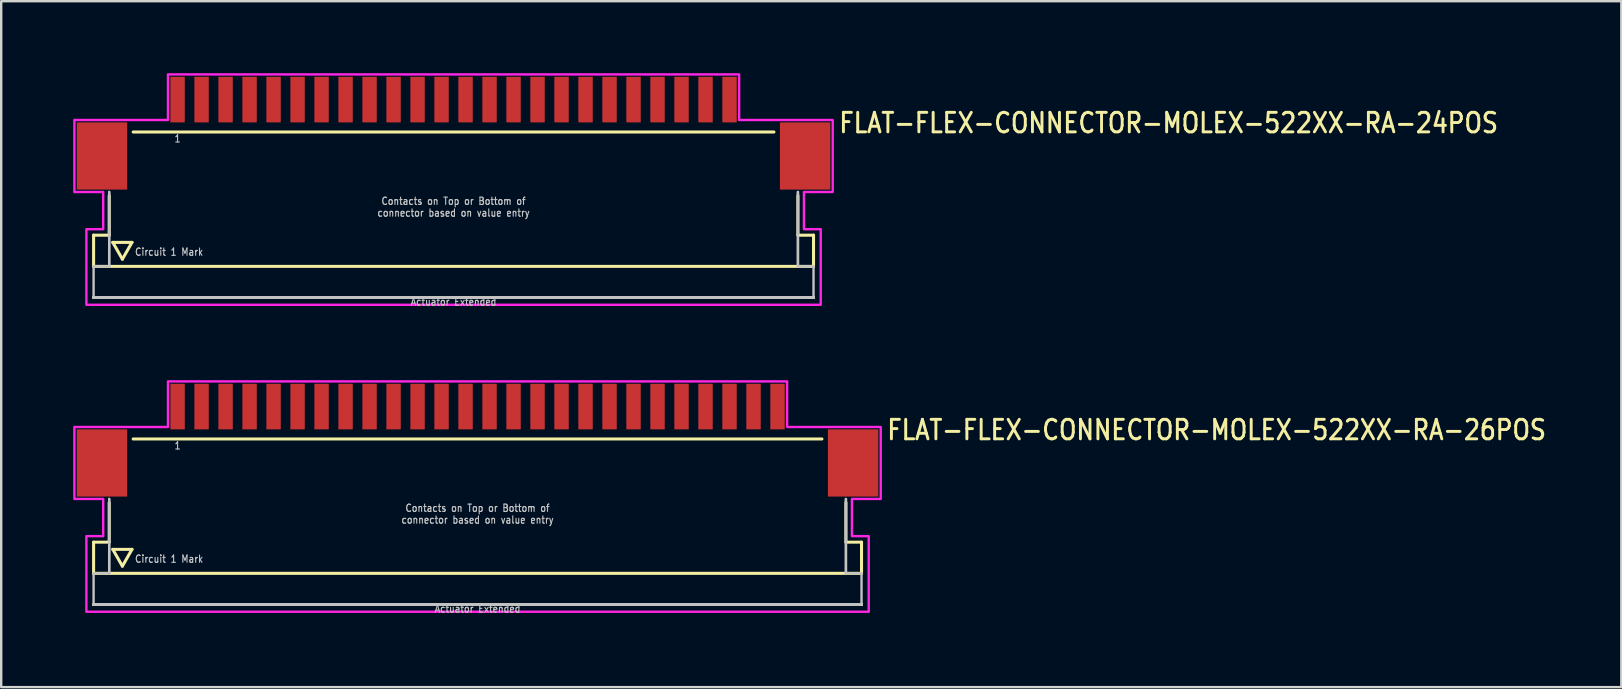
<source format=kicad_pcb>
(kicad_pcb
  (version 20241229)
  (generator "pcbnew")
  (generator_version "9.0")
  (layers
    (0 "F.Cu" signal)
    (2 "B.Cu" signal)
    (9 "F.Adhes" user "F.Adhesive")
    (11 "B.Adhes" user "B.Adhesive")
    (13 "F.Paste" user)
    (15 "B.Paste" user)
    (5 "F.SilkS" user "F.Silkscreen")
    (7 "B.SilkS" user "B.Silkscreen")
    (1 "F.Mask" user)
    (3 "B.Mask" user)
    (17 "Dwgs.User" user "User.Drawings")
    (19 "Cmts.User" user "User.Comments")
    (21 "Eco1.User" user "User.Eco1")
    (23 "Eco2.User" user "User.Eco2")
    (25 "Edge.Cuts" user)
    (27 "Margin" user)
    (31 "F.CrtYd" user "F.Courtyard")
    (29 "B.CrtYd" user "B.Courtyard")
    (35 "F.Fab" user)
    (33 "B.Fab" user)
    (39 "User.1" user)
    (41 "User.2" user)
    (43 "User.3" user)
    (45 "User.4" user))
  (footprint "FLAT-FLEX-CONNECTOR-MOLEX-522XX-RA-26POS"
    (layer "F.Cu")
    (at 16.85 14.842)
    (property "Reference" "FLAT-FLEX-CONNECTOR-MOLEX-522XX-RA-26POS" (at 17 0.5 0) (unlocked yes) (layer "F.SilkS") (effects (font (size 0.813 0.695) (thickness 0.122)) (justify left bottom)))
    (fp_line (start -16 4.7) (end -16 6) (stroke (width 0.127) (type solid)) (layer "F.SilkS"))
    (fp_line (start -16 6) (end 16 6) (stroke (width 0.127) (type solid)) (layer "F.SilkS"))
    (fp_line (start -15.35 3.05) (end -15.35 4.7) (stroke (width 0.127) (type solid)) (layer "F.SilkS"))
    (fp_line (start -15.35 4.7) (end -16 4.7) (stroke (width 0.127) (type solid)) (layer "F.SilkS"))
    (fp_line (start -15.2 5) (end -14.4 5) (stroke (width 0.127) (type solid)) (layer "F.SilkS"))
    (fp_line (start -14.8 5.7) (end -15.2 5) (stroke (width 0.127) (type solid)) (layer "F.SilkS"))
    (fp_line (start -14.4 5) (end -14.8 5.7) (stroke (width 0.127) (type solid)) (layer "F.SilkS"))
    (fp_line (start -14.35 0.4) (end 14.35 0.4) (stroke (width 0.127) (type solid)) (layer "F.SilkS"))
    (fp_line (start 15.35 3.05) (end 15.35 4.7) (stroke (width 0.127) (type solid)) (layer "F.SilkS"))
    (fp_line (start 16 4.7) (end 15.35 4.7) (stroke (width 0.127) (type solid)) (layer "F.SilkS"))
    (fp_line (start 16 6) (end 16 4.7) (stroke (width 0.127) (type solid)) (layer "F.SilkS"))
    (fp_line (start -16 6) (end -16 7.3) (stroke (width 0.1) (type solid)) (layer "Dwgs.User"))
    (fp_line (start -16 7.3) (end 16 7.3) (stroke (width 0.1) (type solid)) (layer "Dwgs.User"))
    (fp_line (start -16 7.3) (end 16 7.3) (stroke (width 0.1) (type solid)) (layer "Dwgs.User"))
    (fp_line (start -16 7.3) (end 16 7.3) (stroke (width 0.1) (type solid)) (layer "Dwgs.User"))
    (fp_line (start -16 7.3) (end 16 7.3) (stroke (width 0.1) (type solid)) (layer "Dwgs.User"))
    (fp_line (start -16 7.3) (end 16 7.3) (stroke (width 0.1) (type solid)) (layer "Dwgs.User"))
    (fp_line (start -16 7.3) (end 16 7.3) (stroke (width 0.1) (type solid)) (layer "Dwgs.User"))
    (fp_line (start -16 7.3) (end 16 7.3) (stroke (width 0.1) (type solid)) (layer "Dwgs.User"))
    (fp_line (start -16 7.3) (end 16 7.3) (stroke (width 0.1) (type solid)) (layer "Dwgs.User"))
    (fp_line (start -16 7.3) (end 16 7.3) (stroke (width 0.1) (type solid)) (layer "Dwgs.User"))
    (fp_line (start -16 7.3) (end 16 7.3) (stroke (width 0.1) (type solid)) (layer "Dwgs.User"))
    (fp_line (start -16 7.3) (end 16 7.3) (stroke (width 0.1) (type solid)) (layer "Dwgs.User"))
    (fp_line (start -16 7.3) (end 16 7.3) (stroke (width 0.1) (type solid)) (layer "Dwgs.User"))
    (fp_line (start -16 7.3) (end 16 7.3) (stroke (width 0.1) (type solid)) (layer "Dwgs.User"))
    (fp_line (start -16 7.3) (end 16 7.3) (stroke (width 0.1) (type solid)) (layer "Dwgs.User"))
    (fp_line (start -16 7.3) (end 16 7.3) (stroke (width 0.1) (type solid)) (layer "Dwgs.User"))
    (fp_line (start -16 7.3) (end 16 7.3) (stroke (width 0.1) (type solid)) (layer "Dwgs.User"))
    (fp_line (start -15.35 2.9) (end -15.35 6) (stroke (width 0.1) (type solid)) (layer "Dwgs.User"))
    (fp_line (start -15.35 2.9) (end -15.35 6) (stroke (width 0.1) (type solid)) (layer "Dwgs.User"))
    (fp_line (start -15.35 6) (end -16 6) (stroke (width 0.1) (type solid)) (layer "Dwgs.User"))
    (fp_line (start 15.35 2.9) (end 15.35 6) (stroke (width 0.1) (type solid)) (layer "Dwgs.User"))
    (fp_line (start 15.35 2.9) (end 15.35 6) (stroke (width 0.1) (type solid)) (layer "Dwgs.User"))
    (fp_line (start 16 6) (end 15.35 6) (stroke (width 0.1) (type solid)) (layer "Dwgs.User"))
    (fp_line (start 16 7.3) (end 16 6) (stroke (width 0.1) (type solid)) (layer "Dwgs.User"))
    (fp_poly (pts (xy -16.8 2.9) (xy -16.8 -0.1) (xy -12.9 -0.1) (xy -12.9 -2) (xy 12.9 -2) (xy 12.9 -0.1) (xy 16.8 -0.1) (xy 16.8 2.9) (xy 15.6 2.9) (xy 15.6 4.45) (xy 16.3 4.45) (xy 16.3 7.6) (xy -16.3 7.6) (xy -16.3 4.45) (xy -15.6 4.45) (xy -15.6 2.9)) (stroke (width 0.1) (type solid)) (fill no) (layer "F.CrtYd"))
    (fp_text user "1" (at -12.5 0.5 0) (unlocked yes) (layer "Dwgs.User") (effects (font (size 0.305 0.261) (thickness 0.046)) (justify top)))
    (fp_text user "Circuit 1 Mark" (at -14.3 5.4 0) (unlocked yes) (layer "Dwgs.User") (effects (font (size 0.305 0.261) (thickness 0.046)) (justify left)))
    (fp_text user "Actuator Extended" (at 0 7.3 0) (unlocked yes) (layer "Dwgs.User") (effects (font (size 0.305 0.261) (thickness 0.046)) (justify top)))
    (fp_text user "Contacts on Top or Bottom of\nconnector based on value entry" (at 0 3.95 0) (unlocked yes) (layer "Dwgs.User") (effects (font (size 0.305 0.261) (thickness 0.046)) (justify bottom)))
    (pad "1" smd rect (at -12.5 -0.95) (size 0.6 1.9) (layers "F.Cu" "F.Mask" "F.Paste"))
    (pad "2" smd rect (at -11.5 -0.95) (size 0.6 1.9) (layers "F.Cu" "F.Mask" "F.Paste"))
    (pad "3" smd rect (at -10.5 -0.95) (size 0.6 1.9) (layers "F.Cu" "F.Mask" "F.Paste"))
    (pad "4" smd rect (at -9.5 -0.95) (size 0.6 1.9) (layers "F.Cu" "F.Mask" "F.Paste"))
    (pad "5" smd rect (at -8.5 -0.95) (size 0.6 1.9) (layers "F.Cu" "F.Mask" "F.Paste"))
    (pad "6" smd rect (at -7.5 -0.95) (size 0.6 1.9) (layers "F.Cu" "F.Mask" "F.Paste"))
    (pad "7" smd rect (at -6.5 -0.95) (size 0.6 1.9) (layers "F.Cu" "F.Mask" "F.Paste"))
    (pad "8" smd rect (at -5.5 -0.95) (size 0.6 1.9) (layers "F.Cu" "F.Mask" "F.Paste"))
    (pad "9" smd rect (at -4.5 -0.95) (size 0.6 1.9) (layers "F.Cu" "F.Mask" "F.Paste"))
    (pad "10" smd rect (at -3.5 -0.95) (size 0.6 1.9) (layers "F.Cu" "F.Mask" "F.Paste"))
    (pad "11" smd rect (at -2.5 -0.95) (size 0.6 1.9) (layers "F.Cu" "F.Mask" "F.Paste"))
    (pad "12" smd rect (at -1.5 -0.95) (size 0.6 1.9) (layers "F.Cu" "F.Mask" "F.Paste"))
    (pad "13" smd rect (at -0.5 -0.95) (size 0.6 1.9) (layers "F.Cu" "F.Mask" "F.Paste"))
    (pad "14" smd rect (at 0.5 -0.95) (size 0.6 1.9) (layers "F.Cu" "F.Mask" "F.Paste"))
    (pad "15" smd rect (at 1.5 -0.95) (size 0.6 1.9) (layers "F.Cu" "F.Mask" "F.Paste"))
    (pad "16" smd rect (at 2.5 -0.95) (size 0.6 1.9) (layers "F.Cu" "F.Mask" "F.Paste"))
    (pad "17" smd rect (at 3.5 -0.95) (size 0.6 1.9) (layers "F.Cu" "F.Mask" "F.Paste"))
    (pad "18" smd rect (at 4.5 -0.95) (size 0.6 1.9) (layers "F.Cu" "F.Mask" "F.Paste"))
    (pad "19" smd rect (at 5.5 -0.95) (size 0.6 1.9) (layers "F.Cu" "F.Mask" "F.Paste"))
    (pad "20" smd rect (at 6.5 -0.95) (size 0.6 1.9) (layers "F.Cu" "F.Mask" "F.Paste"))
    (pad "21" smd rect (at 7.5 -0.95) (size 0.6 1.9) (layers "F.Cu" "F.Mask" "F.Paste"))
    (pad "22" smd rect (at 8.5 -0.95) (size 0.6 1.9) (layers "F.Cu" "F.Mask" "F.Paste"))
    (pad "23" smd rect (at 9.5 -0.95) (size 0.6 1.9) (layers "F.Cu" "F.Mask" "F.Paste"))
    (pad "24" smd rect (at 10.5 -0.95) (size 0.6 1.9) (layers "F.Cu" "F.Mask" "F.Paste"))
    (pad "25" smd rect (at 11.5 -0.95) (size 0.6 1.9) (layers "F.Cu" "F.Mask" "F.Paste"))
    (pad "26" smd rect (at 12.5 -0.95) (size 0.6 1.9) (layers "F.Cu" "F.Mask" "F.Paste"))
    (pad "M1" smd rect (at -15.65 1.4) (size 2.1 2.8) (layers "F.Cu" "F.Mask" "F.Paste"))
    (pad "M2" smd rect (at 15.65 1.4) (size 2.1 2.8) (layers "F.Cu" "F.Mask" "F.Paste")))
  (footprint "FLAT-FLEX-CONNECTOR-MOLEX-522XX-RA-24POS"
    (layer "F.Cu")
    (at 15.85 2.05)
    (property "Reference" "FLAT-FLEX-CONNECTOR-MOLEX-522XX-RA-24POS" (at 16 0.5 0) (unlocked yes) (layer "F.SilkS") (effects (font (size 0.813 0.695) (thickness 0.122)) (justify left bottom)))
    (fp_line (start -15 4.7) (end -15 6) (stroke (width 0.127) (type solid)) (layer "F.SilkS"))
    (fp_line (start -15 6) (end 15 6) (stroke (width 0.127) (type solid)) (layer "F.SilkS"))
    (fp_line (start -14.35 3.05) (end -14.35 4.7) (stroke (width 0.127) (type solid)) (layer "F.SilkS"))
    (fp_line (start -14.35 4.7) (end -15 4.7) (stroke (width 0.127) (type solid)) (layer "F.SilkS"))
    (fp_line (start -14.2 5) (end -13.4 5) (stroke (width 0.127) (type solid)) (layer "F.SilkS"))
    (fp_line (start -13.8 5.7) (end -14.2 5) (stroke (width 0.127) (type solid)) (layer "F.SilkS"))
    (fp_line (start -13.4 5) (end -13.8 5.7) (stroke (width 0.127) (type solid)) (layer "F.SilkS"))
    (fp_line (start -13.35 0.4) (end 13.35 0.4) (stroke (width 0.127) (type solid)) (layer "F.SilkS"))
    (fp_line (start 14.35 3.05) (end 14.35 4.7) (stroke (width 0.127) (type solid)) (layer "F.SilkS"))
    (fp_line (start 15 4.7) (end 14.35 4.7) (stroke (width 0.127) (type solid)) (layer "F.SilkS"))
    (fp_line (start 15 6) (end 15 4.7) (stroke (width 0.127) (type solid)) (layer "F.SilkS"))
    (fp_line (start -15 6) (end -15 7.3) (stroke (width 0.1) (type solid)) (layer "Dwgs.User"))
    (fp_line (start -15 7.3) (end 15 7.3) (stroke (width 0.1) (type solid)) (layer "Dwgs.User"))
    (fp_line (start -15 7.3) (end 15 7.3) (stroke (width 0.1) (type solid)) (layer "Dwgs.User"))
    (fp_line (start -15 7.3) (end 15 7.3) (stroke (width 0.1) (type solid)) (layer "Dwgs.User"))
    (fp_line (start -15 7.3) (end 15 7.3) (stroke (width 0.1) (type solid)) (layer "Dwgs.User"))
    (fp_line (start -15 7.3) (end 15 7.3) (stroke (width 0.1) (type solid)) (layer "Dwgs.User"))
    (fp_line (start -15 7.3) (end 15 7.3) (stroke (width 0.1) (type solid)) (layer "Dwgs.User"))
    (fp_line (start -15 7.3) (end 15 7.3) (stroke (width 0.1) (type solid)) (layer "Dwgs.User"))
    (fp_line (start -15 7.3) (end 15 7.3) (stroke (width 0.1) (type solid)) (layer "Dwgs.User"))
    (fp_line (start -15 7.3) (end 15 7.3) (stroke (width 0.1) (type solid)) (layer "Dwgs.User"))
    (fp_line (start -15 7.3) (end 15 7.3) (stroke (width 0.1) (type solid)) (layer "Dwgs.User"))
    (fp_line (start -15 7.3) (end 15 7.3) (stroke (width 0.1) (type solid)) (layer "Dwgs.User"))
    (fp_line (start -15 7.3) (end 15 7.3) (stroke (width 0.1) (type solid)) (layer "Dwgs.User"))
    (fp_line (start -15 7.3) (end 15 7.3) (stroke (width 0.1) (type solid)) (layer "Dwgs.User"))
    (fp_line (start -15 7.3) (end 15 7.3) (stroke (width 0.1) (type solid)) (layer "Dwgs.User"))
    (fp_line (start -15 7.3) (end 15 7.3) (stroke (width 0.1) (type solid)) (layer "Dwgs.User"))
    (fp_line (start -14.35 2.9) (end -14.35 6) (stroke (width 0.1) (type solid)) (layer "Dwgs.User"))
    (fp_line (start -14.35 2.9) (end -14.35 6) (stroke (width 0.1) (type solid)) (layer "Dwgs.User"))
    (fp_line (start -14.35 6) (end -15 6) (stroke (width 0.1) (type solid)) (layer "Dwgs.User"))
    (fp_line (start 14.35 2.9) (end 14.35 6) (stroke (width 0.1) (type solid)) (layer "Dwgs.User"))
    (fp_line (start 14.35 2.9) (end 14.35 6) (stroke (width 0.1) (type solid)) (layer "Dwgs.User"))
    (fp_line (start 15 6) (end 14.35 6) (stroke (width 0.1) (type solid)) (layer "Dwgs.User"))
    (fp_line (start 15 7.3) (end 15 6) (stroke (width 0.1) (type solid)) (layer "Dwgs.User"))
    (fp_poly (pts (xy -15.8 2.9) (xy -15.8 -0.1) (xy -11.9 -0.1) (xy -11.9 -2) (xy 11.9 -2) (xy 11.9 -0.1) (xy 15.8 -0.1) (xy 15.8 2.9) (xy 14.6 2.9) (xy 14.6 4.45) (xy 15.3 4.45) (xy 15.3 7.6) (xy -15.3 7.6) (xy -15.3 4.45) (xy -14.6 4.45) (xy -14.6 2.9)) (stroke (width 0.1) (type solid)) (fill no) (layer "F.CrtYd"))
    (fp_text user "Actuator Extended" (at 0 7.3 0) (unlocked yes) (layer "Dwgs.User") (effects (font (size 0.305 0.261) (thickness 0.046)) (justify top)))
    (fp_text user "1" (at -11.5 0.5 0) (unlocked yes) (layer "Dwgs.User") (effects (font (size 0.305 0.261) (thickness 0.046)) (justify top)))
    (fp_text user "Circuit 1 Mark" (at -13.3 5.4 0) (unlocked yes) (layer "Dwgs.User") (effects (font (size 0.305 0.261) (thickness 0.046)) (justify left)))
    (fp_text user "Contacts on Top or Bottom of\nconnector based on value entry" (at 0 3.95 0) (unlocked yes) (layer "Dwgs.User") (effects (font (size 0.305 0.261) (thickness 0.046)) (justify bottom)))
    (pad "1" smd rect (at -11.5 -0.95) (size 0.6 1.9) (layers "F.Cu" "F.Mask" "F.Paste"))
    (pad "2" smd rect (at -10.5 -0.95) (size 0.6 1.9) (layers "F.Cu" "F.Mask" "F.Paste"))
    (pad "3" smd rect (at -9.5 -0.95) (size 0.6 1.9) (layers "F.Cu" "F.Mask" "F.Paste"))
    (pad "4" smd rect (at -8.5 -0.95) (size 0.6 1.9) (layers "F.Cu" "F.Mask" "F.Paste"))
    (pad "5" smd rect (at -7.5 -0.95) (size 0.6 1.9) (layers "F.Cu" "F.Mask" "F.Paste"))
    (pad "6" smd rect (at -6.5 -0.95) (size 0.6 1.9) (layers "F.Cu" "F.Mask" "F.Paste"))
    (pad "7" smd rect (at -5.5 -0.95) (size 0.6 1.9) (layers "F.Cu" "F.Mask" "F.Paste"))
    (pad "8" smd rect (at -4.5 -0.95) (size 0.6 1.9) (layers "F.Cu" "F.Mask" "F.Paste"))
    (pad "9" smd rect (at -3.5 -0.95) (size 0.6 1.9) (layers "F.Cu" "F.Mask" "F.Paste"))
    (pad "10" smd rect (at -2.5 -0.95) (size 0.6 1.9) (layers "F.Cu" "F.Mask" "F.Paste"))
    (pad "11" smd rect (at -1.5 -0.95) (size 0.6 1.9) (layers "F.Cu" "F.Mask" "F.Paste"))
    (pad "12" smd rect (at -0.5 -0.95) (size 0.6 1.9) (layers "F.Cu" "F.Mask" "F.Paste"))
    (pad "13" smd rect (at 0.5 -0.95) (size 0.6 1.9) (layers "F.Cu" "F.Mask" "F.Paste"))
    (pad "14" smd rect (at 1.5 -0.95) (size 0.6 1.9) (layers "F.Cu" "F.Mask" "F.Paste"))
    (pad "15" smd rect (at 2.5 -0.95) (size 0.6 1.9) (layers "F.Cu" "F.Mask" "F.Paste"))
    (pad "16" smd rect (at 3.5 -0.95) (size 0.6 1.9) (layers "F.Cu" "F.Mask" "F.Paste"))
    (pad "17" smd rect (at 4.5 -0.95) (size 0.6 1.9) (layers "F.Cu" "F.Mask" "F.Paste"))
    (pad "18" smd rect (at 5.5 -0.95) (size 0.6 1.9) (layers "F.Cu" "F.Mask" "F.Paste"))
    (pad "19" smd rect (at 6.5 -0.95) (size 0.6 1.9) (layers "F.Cu" "F.Mask" "F.Paste"))
    (pad "20" smd rect (at 7.5 -0.95) (size 0.6 1.9) (layers "F.Cu" "F.Mask" "F.Paste"))
    (pad "21" smd rect (at 8.5 -0.95) (size 0.6 1.9) (layers "F.Cu" "F.Mask" "F.Paste"))
    (pad "22" smd rect (at 9.5 -0.95) (size 0.6 1.9) (layers "F.Cu" "F.Mask" "F.Paste"))
    (pad "23" smd rect (at 10.5 -0.95) (size 0.6 1.9) (layers "F.Cu" "F.Mask" "F.Paste"))
    (pad "24" smd rect (at 11.5 -0.95) (size 0.6 1.9) (layers "F.Cu" "F.Mask" "F.Paste"))
    (pad "M1" smd rect (at -14.65 1.4) (size 2.1 2.8) (layers "F.Cu" "F.Mask" "F.Paste"))
    (pad "M2" smd rect (at 14.65 1.4) (size 2.1 2.8) (layers "F.Cu" "F.Mask" "F.Paste")))
  (gr_rect
    (start -3 -3)
    (end 64.511 25.584)
    (stroke (width 0.1) (type default))
    (fill no)
    (layer "Edge.Cuts")))
</source>
